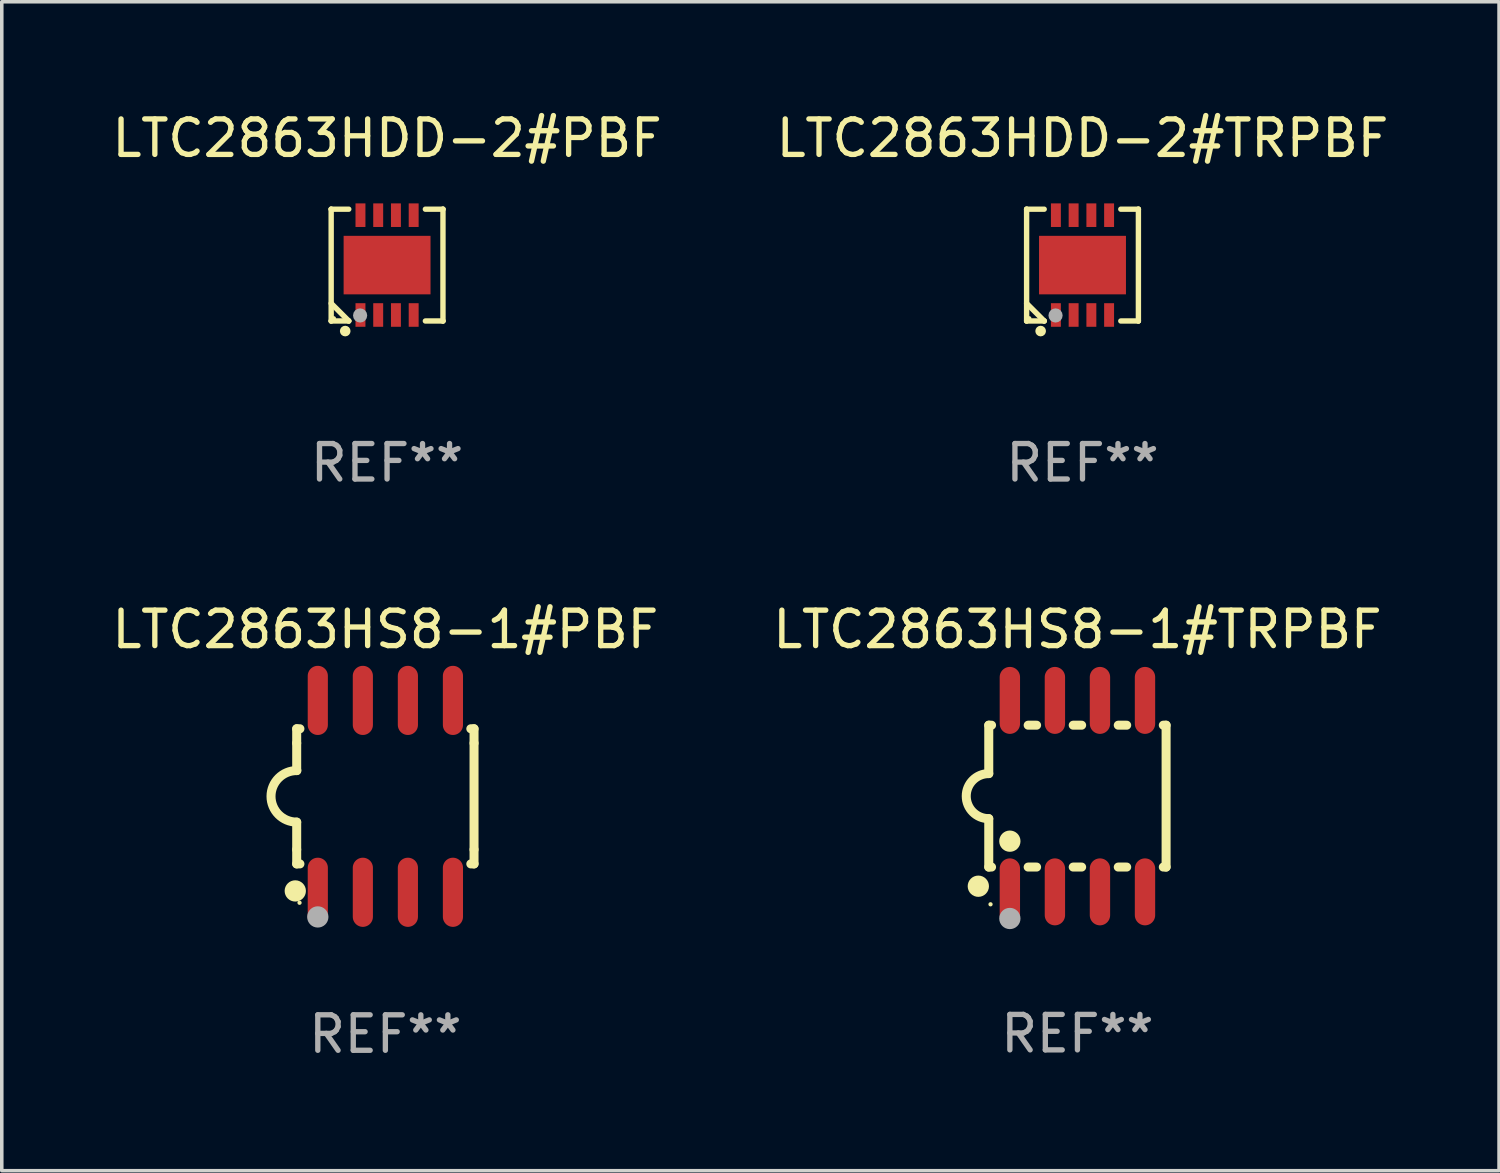
<source format=kicad_pcb>
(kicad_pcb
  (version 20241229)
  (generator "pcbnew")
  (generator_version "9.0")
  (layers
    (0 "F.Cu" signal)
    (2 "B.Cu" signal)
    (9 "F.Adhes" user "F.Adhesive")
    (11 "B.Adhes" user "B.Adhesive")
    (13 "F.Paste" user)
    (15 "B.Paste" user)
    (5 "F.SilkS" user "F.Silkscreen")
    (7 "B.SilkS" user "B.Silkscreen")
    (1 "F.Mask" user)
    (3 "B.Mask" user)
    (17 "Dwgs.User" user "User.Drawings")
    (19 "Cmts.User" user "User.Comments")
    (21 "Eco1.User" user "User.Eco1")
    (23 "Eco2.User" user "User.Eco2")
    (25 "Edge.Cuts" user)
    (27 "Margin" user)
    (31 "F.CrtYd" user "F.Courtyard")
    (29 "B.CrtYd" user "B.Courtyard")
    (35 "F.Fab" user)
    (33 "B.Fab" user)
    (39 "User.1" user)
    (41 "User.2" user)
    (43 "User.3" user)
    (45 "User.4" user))
  (footprint "LTC2863HS8-1#PBF"
    (layer "F.Cu")
    (at 7.815 19.402)
    (property "Reference" "LTC2863HS8-1#PBF" (at 0 -4.705 0) (layer "F.SilkS") (effects (font (size 1 1) (thickness 0.15))))
    (attr through_hole)
    (fp_line (start -2.5 -1.905) (end -2.409 -1.905) (stroke (width 0.254) (type solid)) (layer "F.SilkS"))
    (fp_line (start -2.5 -1.5) (end -2.5 -1.905) (stroke (width 0.254) (type solid)) (layer "F.SilkS"))
    (fp_line (start -2.5 -1.5) (end -2.5 -0.726) (stroke (width 0.254) (type solid)) (layer "F.SilkS"))
    (fp_line (start -2.5 1.5) (end -2.5 0.727) (stroke (width 0.254) (type solid)) (layer "F.SilkS"))
    (fp_line (start -2.5 1.5) (end -2.5 1.905) (stroke (width 0.254) (type solid)) (layer "F.SilkS"))
    (fp_line (start -2.5 1.905) (end -2.409 1.905) (stroke (width 0.254) (type solid)) (layer "F.SilkS"))
    (fp_line (start 2.5 -1.905) (end 2.409 -1.905) (stroke (width 0.254) (type solid)) (layer "F.SilkS"))
    (fp_line (start 2.5 -1.5) (end 2.5 -1.905) (stroke (width 0.254) (type solid)) (layer "F.SilkS"))
    (fp_line (start 2.5 -1.5) (end 2.5 1.5) (stroke (width 0.254) (type solid)) (layer "F.SilkS"))
    (fp_line (start 2.5 1.5) (end 2.5 1.905) (stroke (width 0.254) (type solid)) (layer "F.SilkS"))
    (fp_line (start 2.5 1.905) (end 2.409 1.905) (stroke (width 0.254) (type solid)) (layer "F.SilkS"))
    (fp_arc (start -2.5 0.726568) (mid -3.220316 -0.0023) (end -2.495097 -0.726289) (stroke (width 0.254001) (type solid)) (layer "F.SilkS"))
    (fp_circle (center -2.54 2.667) (end -2.39 2.667) (stroke (width 0.3) (type solid)) (fill no) (layer "F.SilkS"))
    (fp_circle (center -2.42 3) (end -2.39 3) (stroke (width 0.06) (type solid)) (fill no) (layer "F.SilkS"))
    (fp_circle (center -1.905 3.4) (end -1.755 3.4) (stroke (width 0.3) (type solid)) (fill no) (layer "F.Fab"))
    (fp_text user "REF**" (at 0 6.705 0) (layer "F.Fab") (effects (font (size 1 1) (thickness 0.15))))
    (pad "1" smd oval (at -1.905 2.705) (size 0.568 1.95) (layers "F.Cu" "F.Mask" "F.Paste"))
    (pad "2" smd oval (at -0.635 2.705) (size 0.568 1.95) (layers "F.Cu" "F.Mask" "F.Paste"))
    (pad "3" smd oval (at 0.635 2.705) (size 0.568 1.95) (layers "F.Cu" "F.Mask" "F.Paste"))
    (pad "4" smd oval (at 1.905 2.705) (size 0.568 1.95) (layers "F.Cu" "F.Mask" "F.Paste"))
    (pad "5" smd oval (at 1.905 -2.705) (size 0.568 1.95) (layers "F.Cu" "F.Mask" "F.Paste"))
    (pad "6" smd oval (at 0.635 -2.705) (size 0.568 1.95) (layers "F.Cu" "F.Mask" "F.Paste"))
    (pad "7" smd oval (at -0.635 -2.705) (size 0.568 1.95) (layers "F.Cu" "F.Mask" "F.Paste"))
    (pad "8" smd oval (at -1.905 -2.705) (size 0.568 1.95) (layers "F.Cu" "F.Mask" "F.Paste")))
  (footprint "LTC2863HDD-2#TRPBF"
    (layer "F.Cu")
    (at 27.47 4.424)
    (property "Reference" "LTC2863HDD-2#TRPBF" (at 0 -3.576 0) (layer "F.SilkS") (effects (font (size 1 1) (thickness 0.15))))
    (attr through_hole)
    (fp_line (start -1.576 -1.576) (end -1.576 -1.576) (stroke (width 0.152) (type solid)) (layer "F.SilkS"))
    (fp_line (start -1.576 -1.576) (end -1.08 -1.576) (stroke (width 0.152) (type solid)) (layer "F.SilkS"))
    (fp_line (start -1.576 1.576) (end -1.576 -1.576) (stroke (width 0.152) (type solid)) (layer "F.SilkS"))
    (fp_line (start -1.576 1.576) (end -1.576 1.576) (stroke (width 0.152) (type solid)) (layer "F.SilkS"))
    (fp_line (start -1.08 1.575) (end -1.576 1.079) (stroke (width 0.152) (type solid)) (layer "F.SilkS"))
    (fp_line (start -1.08 1.576) (end -1.576 1.576) (stroke (width 0.152) (type solid)) (layer "F.SilkS"))
    (fp_line (start -1.08 1.576) (end -1.08 1.575) (stroke (width 0.152) (type solid)) (layer "F.SilkS"))
    (fp_line (start 1.08 1.576) (end 1.576 1.576) (stroke (width 0.152) (type solid)) (layer "F.SilkS"))
    (fp_line (start 1.576 -1.576) (end 1.08 -1.576) (stroke (width 0.152) (type solid)) (layer "F.SilkS"))
    (fp_line (start 1.576 -1.576) (end 1.576 -1.576) (stroke (width 0.152) (type solid)) (layer "F.SilkS"))
    (fp_line (start 1.576 1.576) (end 1.576 -1.576) (stroke (width 0.152) (type solid)) (layer "F.SilkS"))
    (fp_line (start 1.576 1.576) (end 1.576 1.576) (stroke (width 0.152) (type solid)) (layer "F.SilkS"))
    (fp_circle (center -1.5 1.5) (end -1.47 1.5) (stroke (width 0.06) (type solid)) (fill no) (layer "F.SilkS"))
    (fp_circle (center -1.18 1.86) (end -1.105 1.86) (stroke (width 0.15) (type solid)) (fill no) (layer "F.SilkS"))
    (fp_circle (center -0.76 1.42) (end -0.66 1.42) (stroke (width 0.2) (type solid)) (fill no) (layer "F.Fab"))
    (fp_text user "REF**" (at 0 5.576 0) (layer "F.Fab") (effects (font (size 1 1) (thickness 0.15))))
    (pad "1" smd rect (at -0.75 1.407) (size 0.28 0.665) (layers "F.Cu" "F.Mask" "F.Paste"))
    (pad "2" smd rect (at -0.25 1.407) (size 0.28 0.665) (layers "F.Cu" "F.Mask" "F.Paste"))
    (pad "3" smd rect (at 0.25 1.407) (size 0.28 0.665) (layers "F.Cu" "F.Mask" "F.Paste"))
    (pad "4" smd rect (at 0.75 1.407) (size 0.28 0.665) (layers "F.Cu" "F.Mask" "F.Paste"))
    (pad "5" smd rect (at 0.75 -1.407) (size 0.28 0.665) (layers "F.Cu" "F.Mask" "F.Paste"))
    (pad "6" smd rect (at 0.25 -1.407) (size 0.28 0.665) (layers "F.Cu" "F.Mask" "F.Paste"))
    (pad "7" smd rect (at -0.25 -1.407) (size 0.28 0.665) (layers "F.Cu" "F.Mask" "F.Paste"))
    (pad "8" smd rect (at -0.75 -1.407) (size 0.28 0.665) (layers "F.Cu" "F.Mask" "F.Paste"))
    (pad "9" smd rect (at 0 0) (size 2.45 1.65) (layers "F.Cu" "F.Mask" "F.Paste")))
  (footprint "LTC2863HDD-2#PBF"
    (layer "F.Cu")
    (at 7.863 4.424)
    (property "Reference" "LTC2863HDD-2#PBF" (at 0 -3.576 0) (layer "F.SilkS") (effects (font (size 1 1) (thickness 0.15))))
    (attr through_hole)
    (fp_line (start -1.576 -1.576) (end -1.576 -1.576) (stroke (width 0.152) (type solid)) (layer "F.SilkS"))
    (fp_line (start -1.576 -1.576) (end -1.08 -1.576) (stroke (width 0.152) (type solid)) (layer "F.SilkS"))
    (fp_line (start -1.576 1.576) (end -1.576 -1.576) (stroke (width 0.152) (type solid)) (layer "F.SilkS"))
    (fp_line (start -1.576 1.576) (end -1.576 1.576) (stroke (width 0.152) (type solid)) (layer "F.SilkS"))
    (fp_line (start -1.08 1.575) (end -1.576 1.079) (stroke (width 0.152) (type solid)) (layer "F.SilkS"))
    (fp_line (start -1.08 1.576) (end -1.576 1.576) (stroke (width 0.152) (type solid)) (layer "F.SilkS"))
    (fp_line (start -1.08 1.576) (end -1.08 1.575) (stroke (width 0.152) (type solid)) (layer "F.SilkS"))
    (fp_line (start 1.08 1.576) (end 1.576 1.576) (stroke (width 0.152) (type solid)) (layer "F.SilkS"))
    (fp_line (start 1.576 -1.576) (end 1.08 -1.576) (stroke (width 0.152) (type solid)) (layer "F.SilkS"))
    (fp_line (start 1.576 -1.576) (end 1.576 -1.576) (stroke (width 0.152) (type solid)) (layer "F.SilkS"))
    (fp_line (start 1.576 1.576) (end 1.576 -1.576) (stroke (width 0.152) (type solid)) (layer "F.SilkS"))
    (fp_line (start 1.576 1.576) (end 1.576 1.576) (stroke (width 0.152) (type solid)) (layer "F.SilkS"))
    (fp_circle (center -1.5 1.5) (end -1.47 1.5) (stroke (width 0.06) (type solid)) (fill no) (layer "F.SilkS"))
    (fp_circle (center -1.18 1.86) (end -1.105 1.86) (stroke (width 0.15) (type solid)) (fill no) (layer "F.SilkS"))
    (fp_circle (center -0.76 1.42) (end -0.66 1.42) (stroke (width 0.2) (type solid)) (fill no) (layer "F.Fab"))
    (fp_text user "REF**" (at 0 5.576 0) (layer "F.Fab") (effects (font (size 1 1) (thickness 0.15))))
    (pad "1" smd rect (at -0.75 1.407) (size 0.28 0.665) (layers "F.Cu" "F.Mask" "F.Paste"))
    (pad "2" smd rect (at -0.25 1.407) (size 0.28 0.665) (layers "F.Cu" "F.Mask" "F.Paste"))
    (pad "3" smd rect (at 0.25 1.407) (size 0.28 0.665) (layers "F.Cu" "F.Mask" "F.Paste"))
    (pad "4" smd rect (at 0.75 1.407) (size 0.28 0.665) (layers "F.Cu" "F.Mask" "F.Paste"))
    (pad "5" smd rect (at 0.75 -1.407) (size 0.28 0.665) (layers "F.Cu" "F.Mask" "F.Paste"))
    (pad "6" smd rect (at 0.25 -1.407) (size 0.28 0.665) (layers "F.Cu" "F.Mask" "F.Paste"))
    (pad "7" smd rect (at -0.25 -1.407) (size 0.28 0.665) (layers "F.Cu" "F.Mask" "F.Paste"))
    (pad "8" smd rect (at -0.75 -1.407) (size 0.28 0.665) (layers "F.Cu" "F.Mask" "F.Paste"))
    (pad "9" smd rect (at 0 0) (size 2.45 1.65) (layers "F.Cu" "F.Mask" "F.Paste")))
  (footprint "LTC2863HS8-1#TRPBF"
    (layer "F.Cu")
    (at 27.327 19.396)
    (property "Reference" "LTC2863HS8-1#TRPBF" (at 0 -4.699 0) (layer "F.SilkS") (effects (font (size 1 1) (thickness 0.15))))
    (attr through_hole)
    (fp_line (start -2.5 -2) (end -2.5 -0.635) (stroke (width 0.254) (type solid)) (layer "F.SilkS"))
    (fp_line (start -2.5 -2) (end -2.421 -2) (stroke (width 0.254) (type solid)) (layer "F.SilkS"))
    (fp_line (start -2.5 2) (end -2.5 0.635) (stroke (width 0.254) (type solid)) (layer "F.SilkS"))
    (fp_line (start -2.5 2) (end -2.421 2) (stroke (width 0.254) (type solid)) (layer "F.SilkS"))
    (fp_line (start -1.389 -2) (end -1.151 -2) (stroke (width 0.254) (type solid)) (layer "F.SilkS"))
    (fp_line (start -1.389 2) (end -1.151 2) (stroke (width 0.254) (type solid)) (layer "F.SilkS"))
    (fp_line (start -0.119 -2) (end 0.119 -2) (stroke (width 0.254) (type solid)) (layer "F.SilkS"))
    (fp_line (start -0.119 2) (end 0.119 2) (stroke (width 0.254) (type solid)) (layer "F.SilkS"))
    (fp_line (start 1.151 -2) (end 1.389 -2) (stroke (width 0.254) (type solid)) (layer "F.SilkS"))
    (fp_line (start 1.151 2) (end 1.389 2) (stroke (width 0.254) (type solid)) (layer "F.SilkS"))
    (fp_line (start 2.421 -2) (end 2.5 -2) (stroke (width 0.254) (type solid)) (layer "F.SilkS"))
    (fp_line (start 2.421 2) (end 2.5 2) (stroke (width 0.254) (type solid)) (layer "F.SilkS"))
    (fp_line (start 2.5 -2) (end 2.5 2) (stroke (width 0.254) (type solid)) (layer "F.SilkS"))
    (fp_arc (start -2.5 0.635001) (mid -3.134366 -0.000318) (end -2.499365 -0.635001) (stroke (width 0.254001) (type solid)) (layer "F.SilkS"))
    (fp_circle (center -2.794 2.54) (end -2.644 2.54) (stroke (width 0.3) (type solid)) (fill no) (layer "F.SilkS"))
    (fp_circle (center -2.45 3.05) (end -2.42 3.05) (stroke (width 0.06) (type solid)) (fill no) (layer "F.SilkS"))
    (fp_circle (center -1.905 1.27) (end -1.755 1.27) (stroke (width 0.3) (type solid)) (fill no) (layer "F.SilkS"))
    (fp_circle (center -1.905 3.45) (end -1.755 3.45) (stroke (width 0.3) (type solid)) (fill no) (layer "F.Fab"))
    (fp_text user "REF**" (at 0 6.699 0) (layer "F.Fab") (effects (font (size 1 1) (thickness 0.15))))
    (pad "1" smd oval (at -1.905 2.699) (size 0.574 1.888) (layers "F.Cu" "F.Mask" "F.Paste"))
    (pad "2" smd oval (at -0.635 2.699) (size 0.574 1.888) (layers "F.Cu" "F.Mask" "F.Paste"))
    (pad "3" smd oval (at 0.635 2.699) (size 0.574 1.888) (layers "F.Cu" "F.Mask" "F.Paste"))
    (pad "4" smd oval (at 1.905 2.699) (size 0.574 1.888) (layers "F.Cu" "F.Mask" "F.Paste"))
    (pad "5" smd oval (at 1.905 -2.699) (size 0.574 1.888) (layers "F.Cu" "F.Mask" "F.Paste"))
    (pad "6" smd oval (at 0.635 -2.699) (size 0.574 1.888) (layers "F.Cu" "F.Mask" "F.Paste"))
    (pad "7" smd oval (at -0.635 -2.699) (size 0.574 1.888) (layers "F.Cu" "F.Mask" "F.Paste"))
    (pad "8" smd oval (at -1.905 -2.699) (size 0.574 1.888) (layers "F.Cu" "F.Mask" "F.Paste")))
  (gr_rect
    (start -3 -3)
    (end 39.214 29.956)
    (stroke (width 0.1) (type default))
    (fill no)
    (layer "Edge.Cuts")))
</source>
